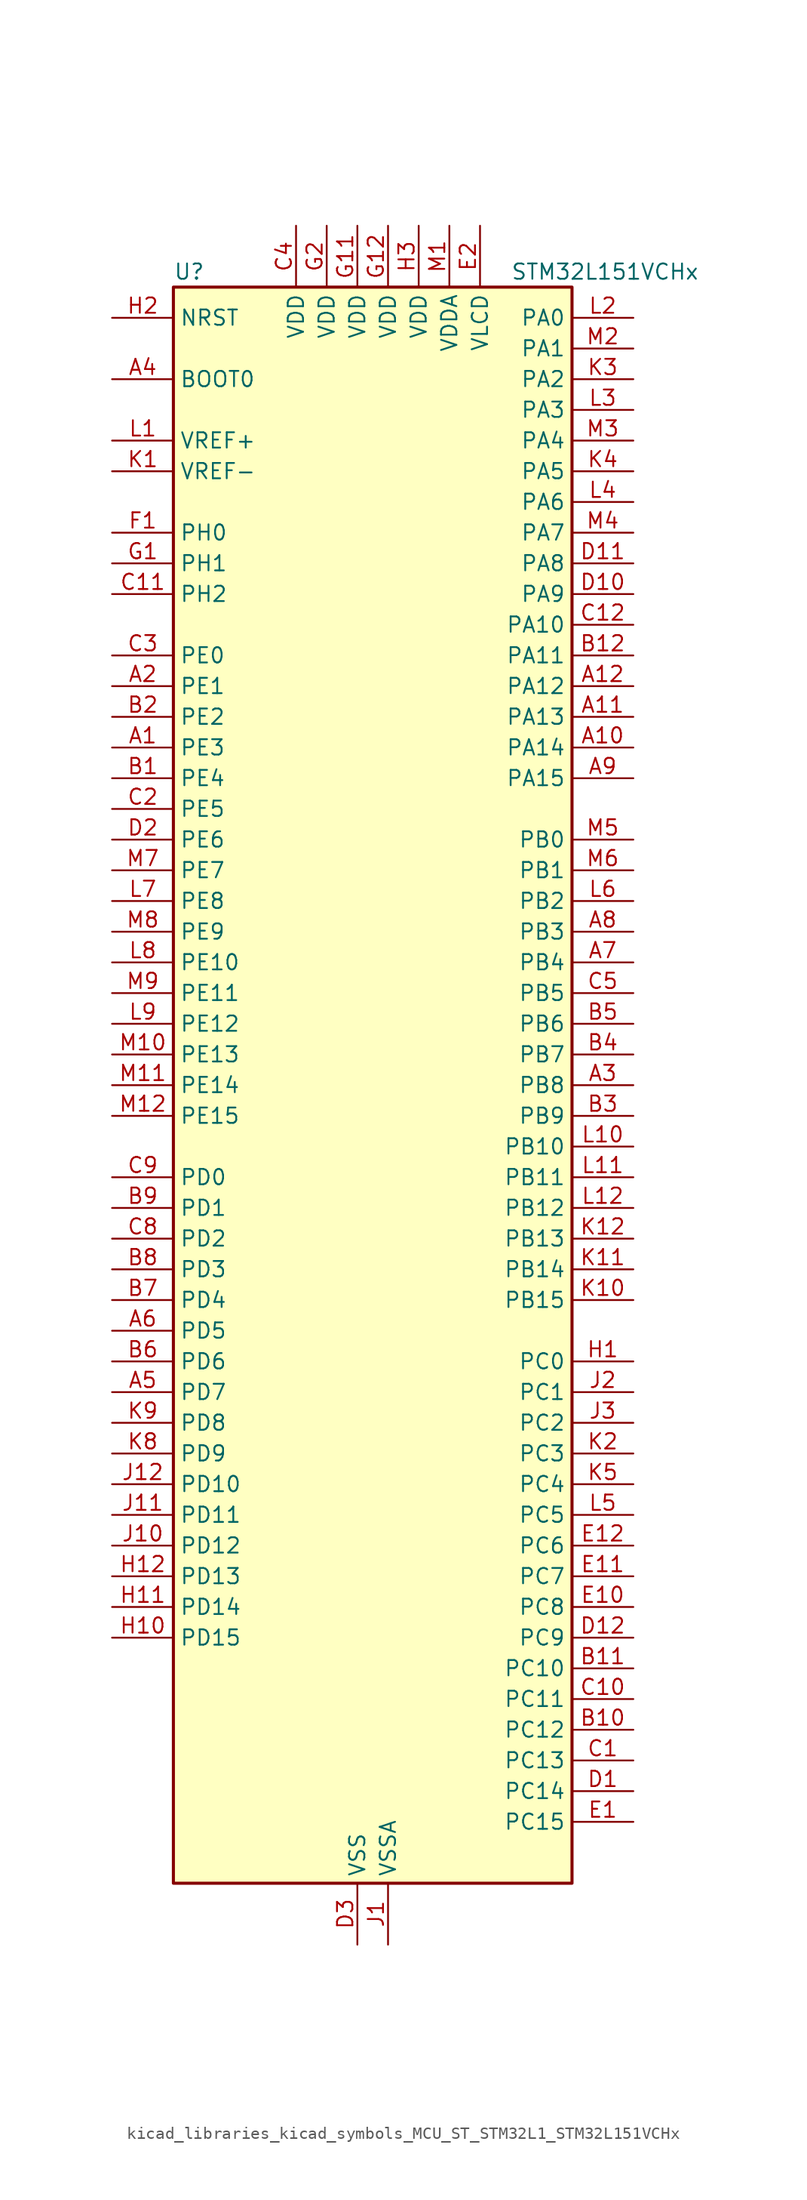
<source format=kicad_sym>
(kicad_symbol_lib
  (version 20220914)
  (generator kicad_symbol_editor)
  (symbol "kicad_libraries_kicad_symbols_MCU_ST_STM32L1_STM32L151VCHx"
    (property "Reference" "U"
      (at -15.24 67.31 0)
      (effects (font (size 1.27 1.27)) (justify left)))
    (property "Value" "STM32L151VCHx"
      (at 12.7 67.31 0)
      (effects (font (size 1.27 1.27)) (justify left)))
    (property "ki_locked" ""
      (at 0 0 0)
      (effects (font (size 1.27 1.27))))
    (symbol "kicad_libraries_kicad_symbols_MCU_ST_STM32L1_STM32L151VCHx_0_1"
      (rectangle (start -15.24 -66.04) (end 17.78 66.04) (stroke (width 0.254) (type default)) (fill (type background))))
    (symbol "kicad_libraries_kicad_symbols_MCU_ST_STM32L1_STM32L151VCHx_1_1"
      (pin bidirectional line (at -20.32 27.94 0) (length 5.08) (name "PE3" (effects (font (size 1.27 1.27)))) (number "A1" (effects (font (size 1.27 1.27)))) (alternate "SYS_TRACED0" bidirectional line) (alternate "TIM3_CH1" bidirectional line) (alternate "TIMX_IC4" bidirectional line))
      (pin bidirectional line (at 22.86 27.94 180) (length 5.08) (name "PA14" (effects (font (size 1.27 1.27)))) (number "A10" (effects (font (size 1.27 1.27)))) (alternate "SYS_JTCK-SWCLK" bidirectional line) (alternate "TIMX_IC3" bidirectional line) (alternate "TS_G5_IO2" bidirectional line))
      (pin bidirectional line (at 22.86 30.48 180) (length 5.08) (name "PA13" (effects (font (size 1.27 1.27)))) (number "A11" (effects (font (size 1.27 1.27)))) (alternate "SYS_JTMS-SWDIO" bidirectional line) (alternate "TIMX_IC2" bidirectional line) (alternate "TS_G5_IO1" bidirectional line))
      (pin bidirectional line (at 22.86 33.02 180) (length 5.08) (name "PA12" (effects (font (size 1.27 1.27)))) (number "A12" (effects (font (size 1.27 1.27)))) (alternate "SPI1_MOSI" bidirectional line) (alternate "TIMX_IC1" bidirectional line) (alternate "USART1_RTS" bidirectional line) (alternate "USB_DP" bidirectional line))
      (pin bidirectional line (at -20.32 33.02 0) (length 5.08) (name "PE1" (effects (font (size 1.27 1.27)))) (number "A2" (effects (font (size 1.27 1.27)))) (alternate "TIM11_CH1" bidirectional line) (alternate "TIMX_IC2" bidirectional line))
      (pin bidirectional line (at 22.86 0 180) (length 5.08) (name "PB8" (effects (font (size 1.27 1.27)))) (number "A3" (effects (font (size 1.27 1.27)))) (alternate "I2C1_SCL" bidirectional line) (alternate "TIM10_CH1" bidirectional line) (alternate "TIM4_CH3" bidirectional line))
      (pin input line (at -20.32 58.42 0) (length 5.08) (name "BOOT0" (effects (font (size 1.27 1.27)))) (number "A4" (effects (font (size 1.27 1.27)))))
      (pin bidirectional line (at -20.32 -25.4 0) (length 5.08) (name "PD7" (effects (font (size 1.27 1.27)))) (number "A5" (effects (font (size 1.27 1.27)))) (alternate "TIM9_CH2" bidirectional line) (alternate "TIMX_IC4" bidirectional line) (alternate "USART2_CK" bidirectional line))
      (pin bidirectional line (at -20.32 -20.32 0) (length 5.08) (name "PD5" (effects (font (size 1.27 1.27)))) (number "A6" (effects (font (size 1.27 1.27)))) (alternate "TIMX_IC2" bidirectional line) (alternate "USART2_TX" bidirectional line))
      (pin bidirectional line (at 22.86 10.16 180) (length 5.08) (name "PB4" (effects (font (size 1.27 1.27)))) (number "A7" (effects (font (size 1.27 1.27)))) (alternate "COMP2_INP" bidirectional line) (alternate "SPI1_MISO" bidirectional line) (alternate "SPI3_MISO" bidirectional line) (alternate "SYS_JTRST" bidirectional line) (alternate "TIM3_CH1" bidirectional line) (alternate "TS_G6_IO1" bidirectional line))
      (pin bidirectional line (at 22.86 12.7 180) (length 5.08) (name "PB3" (effects (font (size 1.27 1.27)))) (number "A8" (effects (font (size 1.27 1.27)))) (alternate "COMP2_INM" bidirectional line) (alternate "I2S3_CK" bidirectional line) (alternate "SPI1_SCK" bidirectional line) (alternate "SPI3_SCK" bidirectional line) (alternate "SYS_JTDO-TRACESWO" bidirectional line) (alternate "TIM2_CH2" bidirectional line))
      (pin bidirectional line (at 22.86 25.4 180) (length 5.08) (name "PA15" (effects (font (size 1.27 1.27)))) (number "A9" (effects (font (size 1.27 1.27)))) (alternate "ADC_EXTI15" bidirectional line) (alternate "I2S3_WS" bidirectional line) (alternate "SPI1_NSS" bidirectional line) (alternate "SPI3_NSS" bidirectional line) (alternate "SYS_JTDI" bidirectional line) (alternate "TIM2_CH1" bidirectional line) (alternate "TIM2_ETR" bidirectional line) (alternate "TIMX_IC4" bidirectional line) (alternate "TS_G5_IO3" bidirectional line))
      (pin bidirectional line (at -20.32 25.4 0) (length 5.08) (name "PE4" (effects (font (size 1.27 1.27)))) (number "B1" (effects (font (size 1.27 1.27)))) (alternate "SYS_TRACED1" bidirectional line) (alternate "TIM3_CH2" bidirectional line) (alternate "TIMX_IC1" bidirectional line))
      (pin bidirectional line (at 22.86 -53.34 180) (length 5.08) (name "PC12" (effects (font (size 1.27 1.27)))) (number "B10" (effects (font (size 1.27 1.27)))) (alternate "I2S3_SD" bidirectional line) (alternate "SPI3_MOSI" bidirectional line) (alternate "TIMX_IC1" bidirectional line) (alternate "USART3_CK" bidirectional line))
      (pin bidirectional line (at 22.86 -48.26 180) (length 5.08) (name "PC10" (effects (font (size 1.27 1.27)))) (number "B11" (effects (font (size 1.27 1.27)))) (alternate "I2S3_CK" bidirectional line) (alternate "SPI3_SCK" bidirectional line) (alternate "TIMX_IC3" bidirectional line) (alternate "USART3_TX" bidirectional line))
      (pin bidirectional line (at 22.86 35.56 180) (length 5.08) (name "PA11" (effects (font (size 1.27 1.27)))) (number "B12" (effects (font (size 1.27 1.27)))) (alternate "ADC_EXTI11" bidirectional line) (alternate "SPI1_MISO" bidirectional line) (alternate "TIMX_IC4" bidirectional line) (alternate "USART1_CTS" bidirectional line) (alternate "USB_DM" bidirectional line))
      (pin bidirectional line (at -20.32 30.48 0) (length 5.08) (name "PE2" (effects (font (size 1.27 1.27)))) (number "B2" (effects (font (size 1.27 1.27)))) (alternate "SYS_TRACECK" bidirectional line) (alternate "TIM3_ETR" bidirectional line) (alternate "TIMX_IC3" bidirectional line))
      (pin bidirectional line (at 22.86 -2.54 180) (length 5.08) (name "PB9" (effects (font (size 1.27 1.27)))) (number "B3" (effects (font (size 1.27 1.27)))) (alternate "DAC_EXTI9" bidirectional line) (alternate "I2C1_SDA" bidirectional line) (alternate "TIM11_CH1" bidirectional line) (alternate "TIM4_CH4" bidirectional line))
      (pin bidirectional line (at 22.86 2.54 180) (length 5.08) (name "PB7" (effects (font (size 1.27 1.27)))) (number "B4" (effects (font (size 1.27 1.27)))) (alternate "COMP2_INP" bidirectional line) (alternate "I2C1_SDA" bidirectional line) (alternate "SYS_PVD_IN" bidirectional line) (alternate "TIM4_CH2" bidirectional line) (alternate "TS_G6_IO4" bidirectional line) (alternate "USART1_RX" bidirectional line))
      (pin bidirectional line (at 22.86 5.08 180) (length 5.08) (name "PB6" (effects (font (size 1.27 1.27)))) (number "B5" (effects (font (size 1.27 1.27)))) (alternate "COMP2_INP" bidirectional line) (alternate "I2C1_SCL" bidirectional line) (alternate "TIM4_CH1" bidirectional line) (alternate "TS_G6_IO3" bidirectional line) (alternate "USART1_TX" bidirectional line))
      (pin bidirectional line (at -20.32 -22.86 0) (length 5.08) (name "PD6" (effects (font (size 1.27 1.27)))) (number "B6" (effects (font (size 1.27 1.27)))) (alternate "TIMX_IC3" bidirectional line) (alternate "USART2_RX" bidirectional line))
      (pin bidirectional line (at -20.32 -17.78 0) (length 5.08) (name "PD4" (effects (font (size 1.27 1.27)))) (number "B7" (effects (font (size 1.27 1.27)))) (alternate "I2S2_SD" bidirectional line) (alternate "SPI2_MOSI" bidirectional line) (alternate "TIMX_IC1" bidirectional line) (alternate "USART2_RTS" bidirectional line))
      (pin bidirectional line (at -20.32 -15.24 0) (length 5.08) (name "PD3" (effects (font (size 1.27 1.27)))) (number "B8" (effects (font (size 1.27 1.27)))) (alternate "SPI2_MISO" bidirectional line) (alternate "TIMX_IC4" bidirectional line) (alternate "USART2_CTS" bidirectional line))
      (pin bidirectional line (at -20.32 -10.16 0) (length 5.08) (name "PD1" (effects (font (size 1.27 1.27)))) (number "B9" (effects (font (size 1.27 1.27)))) (alternate "I2S2_CK" bidirectional line) (alternate "SPI2_SCK" bidirectional line) (alternate "TIMX_IC2" bidirectional line))
      (pin bidirectional line (at 22.86 -55.88 180) (length 5.08) (name "PC13" (effects (font (size 1.27 1.27)))) (number "C1" (effects (font (size 1.27 1.27)))) (alternate "RTC_OUT_ALARM" bidirectional line) (alternate "RTC_OUT_CALIB" bidirectional line) (alternate "RTC_TAMP1" bidirectional line) (alternate "RTC_TS" bidirectional line) (alternate "SYS_WKUP2" bidirectional line) (alternate "TIMX_IC2" bidirectional line))
      (pin bidirectional line (at 22.86 -50.8 180) (length 5.08) (name "PC11" (effects (font (size 1.27 1.27)))) (number "C10" (effects (font (size 1.27 1.27)))) (alternate "ADC_EXTI11" bidirectional line) (alternate "SPI3_MISO" bidirectional line) (alternate "TIMX_IC4" bidirectional line) (alternate "USART3_RX" bidirectional line))
      (pin bidirectional line (at -20.32 40.64 0) (length 5.08) (name "PH2" (effects (font (size 1.27 1.27)))) (number "C11" (effects (font (size 1.27 1.27)))))
      (pin bidirectional line (at 22.86 38.1 180) (length 5.08) (name "PA10" (effects (font (size 1.27 1.27)))) (number "C12" (effects (font (size 1.27 1.27)))) (alternate "TIMX_IC3" bidirectional line) (alternate "TS_G4_IO3" bidirectional line) (alternate "USART1_RX" bidirectional line))
      (pin bidirectional line (at -20.32 22.86 0) (length 5.08) (name "PE5" (effects (font (size 1.27 1.27)))) (number "C2" (effects (font (size 1.27 1.27)))) (alternate "SYS_TRACED2" bidirectional line) (alternate "TIM9_CH1" bidirectional line) (alternate "TIMX_IC2" bidirectional line))
      (pin bidirectional line (at -20.32 35.56 0) (length 5.08) (name "PE0" (effects (font (size 1.27 1.27)))) (number "C3" (effects (font (size 1.27 1.27)))) (alternate "TIM10_CH1" bidirectional line) (alternate "TIM4_ETR" bidirectional line) (alternate "TIMX_IC1" bidirectional line))
      (pin power_in line (at -5.08 71.12 270) (length 5.08) (name "VDD" (effects (font (size 1.27 1.27)))) (number "C4" (effects (font (size 1.27 1.27)))))
      (pin bidirectional line (at 22.86 7.62 180) (length 5.08) (name "PB5" (effects (font (size 1.27 1.27)))) (number "C5" (effects (font (size 1.27 1.27)))) (alternate "COMP2_INP" bidirectional line) (alternate "I2C1_SMBA" bidirectional line) (alternate "I2S3_SD" bidirectional line) (alternate "SPI1_MOSI" bidirectional line) (alternate "SPI3_MOSI" bidirectional line) (alternate "TIM3_CH2" bidirectional line) (alternate "TS_G6_IO2" bidirectional line))
      (pin bidirectional line (at -20.32 -12.7 0) (length 5.08) (name "PD2" (effects (font (size 1.27 1.27)))) (number "C8" (effects (font (size 1.27 1.27)))) (alternate "TIM3_ETR" bidirectional line) (alternate "TIMX_IC3" bidirectional line))
      (pin bidirectional line (at -20.32 -7.62 0) (length 5.08) (name "PD0" (effects (font (size 1.27 1.27)))) (number "C9" (effects (font (size 1.27 1.27)))) (alternate "I2S2_WS" bidirectional line) (alternate "SPI2_NSS" bidirectional line) (alternate "TIM9_CH1" bidirectional line) (alternate "TIMX_IC1" bidirectional line))
      (pin bidirectional line (at 22.86 -58.42 180) (length 5.08) (name "PC14" (effects (font (size 1.27 1.27)))) (number "D1" (effects (font (size 1.27 1.27)))) (alternate "RCC_OSC32_IN" bidirectional line) (alternate "TIMX_IC3" bidirectional line))
      (pin bidirectional line (at 22.86 40.64 180) (length 5.08) (name "PA9" (effects (font (size 1.27 1.27)))) (number "D10" (effects (font (size 1.27 1.27)))) (alternate "DAC_EXTI9" bidirectional line) (alternate "TIMX_IC2" bidirectional line) (alternate "TS_G4_IO2" bidirectional line) (alternate "USART1_TX" bidirectional line))
      (pin bidirectional line (at 22.86 43.18 180) (length 5.08) (name "PA8" (effects (font (size 1.27 1.27)))) (number "D11" (effects (font (size 1.27 1.27)))) (alternate "RCC_MCO" bidirectional line) (alternate "TIMX_IC1" bidirectional line) (alternate "TS_G4_IO1" bidirectional line) (alternate "USART1_CK" bidirectional line))
      (pin bidirectional line (at 22.86 -45.72 180) (length 5.08) (name "PC9" (effects (font (size 1.27 1.27)))) (number "D12" (effects (font (size 1.27 1.27)))) (alternate "DAC_EXTI9" bidirectional line) (alternate "TIM3_CH4" bidirectional line) (alternate "TIMX_IC2" bidirectional line) (alternate "TS_G10_IO4" bidirectional line))
      (pin bidirectional line (at -20.32 20.32 0) (length 5.08) (name "PE6" (effects (font (size 1.27 1.27)))) (number "D2" (effects (font (size 1.27 1.27)))) (alternate "RTC_TAMP3" bidirectional line) (alternate "SYS_TRACED3" bidirectional line) (alternate "SYS_WKUP3" bidirectional line) (alternate "TIM9_CH2" bidirectional line) (alternate "TIMX_IC3" bidirectional line))
      (pin power_in line (at 0 -71.12 90) (length 5.08) (name "VSS" (effects (font (size 1.27 1.27)))) (number "D3" (effects (font (size 1.27 1.27)))))
      (pin bidirectional line (at 22.86 -60.96 180) (length 5.08) (name "PC15" (effects (font (size 1.27 1.27)))) (number "E1" (effects (font (size 1.27 1.27)))) (alternate "ADC_EXTI15" bidirectional line) (alternate "RCC_OSC32_OUT" bidirectional line) (alternate "TIMX_IC4" bidirectional line))
      (pin bidirectional line (at 22.86 -43.18 180) (length 5.08) (name "PC8" (effects (font (size 1.27 1.27)))) (number "E10" (effects (font (size 1.27 1.27)))) (alternate "TIM3_CH3" bidirectional line) (alternate "TIMX_IC1" bidirectional line) (alternate "TS_G10_IO3" bidirectional line))
      (pin bidirectional line (at 22.86 -40.64 180) (length 5.08) (name "PC7" (effects (font (size 1.27 1.27)))) (number "E11" (effects (font (size 1.27 1.27)))) (alternate "I2S3_MCK" bidirectional line) (alternate "TIM3_CH2" bidirectional line) (alternate "TIMX_IC4" bidirectional line) (alternate "TS_G10_IO2" bidirectional line))
      (pin bidirectional line (at 22.86 -38.1 180) (length 5.08) (name "PC6" (effects (font (size 1.27 1.27)))) (number "E12" (effects (font (size 1.27 1.27)))) (alternate "I2S2_MCK" bidirectional line) (alternate "TIM3_CH1" bidirectional line) (alternate "TIMX_IC3" bidirectional line) (alternate "TS_G10_IO1" bidirectional line))
      (pin power_in line (at 10.16 71.12 270) (length 5.08) (name "VLCD" (effects (font (size 1.27 1.27)))) (number "E2" (effects (font (size 1.27 1.27)))))
      (pin passive line (at 0 -71.12 90) (length 5.08) hide (name "VSS" (effects (font (size 1.27 1.27)))) (number "E3" (effects (font (size 1.27 1.27)))))
      (pin bidirectional line (at -20.32 45.72 0) (length 5.08) (name "PH0" (effects (font (size 1.27 1.27)))) (number "F1" (effects (font (size 1.27 1.27)))) (alternate "RCC_OSC_IN" bidirectional line))
      (pin passive line (at 0 -71.12 90) (length 5.08) hide (name "VSS" (effects (font (size 1.27 1.27)))) (number "F11" (effects (font (size 1.27 1.27)))))
      (pin passive line (at 0 -71.12 90) (length 5.08) hide (name "VSS" (effects (font (size 1.27 1.27)))) (number "F12" (effects (font (size 1.27 1.27)))))
      (pin passive line (at 0 -71.12 90) (length 5.08) hide (name "VSS" (effects (font (size 1.27 1.27)))) (number "F2" (effects (font (size 1.27 1.27)))))
      (pin bidirectional line (at -20.32 43.18 0) (length 5.08) (name "PH1" (effects (font (size 1.27 1.27)))) (number "G1" (effects (font (size 1.27 1.27)))) (alternate "RCC_OSC_OUT" bidirectional line))
      (pin power_in line (at 0 71.12 270) (length 5.08) (name "VDD" (effects (font (size 1.27 1.27)))) (number "G11" (effects (font (size 1.27 1.27)))))
      (pin power_in line (at 2.54 71.12 270) (length 5.08) (name "VDD" (effects (font (size 1.27 1.27)))) (number "G12" (effects (font (size 1.27 1.27)))))
      (pin power_in line (at -2.54 71.12 270) (length 5.08) (name "VDD" (effects (font (size 1.27 1.27)))) (number "G2" (effects (font (size 1.27 1.27)))))
      (pin bidirectional line (at 22.86 -22.86 180) (length 5.08) (name "PC0" (effects (font (size 1.27 1.27)))) (number "H1" (effects (font (size 1.27 1.27)))) (alternate "ADC_IN10" bidirectional line) (alternate "COMP1_INP" bidirectional line) (alternate "TIMX_IC1" bidirectional line) (alternate "TS_G8_IO1" bidirectional line))
      (pin bidirectional line (at -20.32 -45.72 0) (length 5.08) (name "PD15" (effects (font (size 1.27 1.27)))) (number "H10" (effects (font (size 1.27 1.27)))) (alternate "ADC_EXTI15" bidirectional line) (alternate "TIM4_CH4" bidirectional line) (alternate "TIMX_IC4" bidirectional line))
      (pin bidirectional line (at -20.32 -43.18 0) (length 5.08) (name "PD14" (effects (font (size 1.27 1.27)))) (number "H11" (effects (font (size 1.27 1.27)))) (alternate "TIM4_CH3" bidirectional line) (alternate "TIMX_IC3" bidirectional line))
      (pin bidirectional line (at -20.32 -40.64 0) (length 5.08) (name "PD13" (effects (font (size 1.27 1.27)))) (number "H12" (effects (font (size 1.27 1.27)))) (alternate "TIM4_CH2" bidirectional line) (alternate "TIMX_IC2" bidirectional line))
      (pin input line (at -20.32 63.5 0) (length 5.08) (name "NRST" (effects (font (size 1.27 1.27)))) (number "H2" (effects (font (size 1.27 1.27)))))
      (pin power_in line (at 5.08 71.12 270) (length 5.08) (name "VDD" (effects (font (size 1.27 1.27)))) (number "H3" (effects (font (size 1.27 1.27)))))
      (pin power_in line (at 2.54 -71.12 90) (length 5.08) (name "VSSA" (effects (font (size 1.27 1.27)))) (number "J1" (effects (font (size 1.27 1.27)))))
      (pin bidirectional line (at -20.32 -38.1 0) (length 5.08) (name "PD12" (effects (font (size 1.27 1.27)))) (number "J10" (effects (font (size 1.27 1.27)))) (alternate "TIM4_CH1" bidirectional line) (alternate "TIMX_IC1" bidirectional line) (alternate "USART3_RTS" bidirectional line))
      (pin bidirectional line (at -20.32 -35.56 0) (length 5.08) (name "PD11" (effects (font (size 1.27 1.27)))) (number "J11" (effects (font (size 1.27 1.27)))) (alternate "ADC_EXTI11" bidirectional line) (alternate "TIMX_IC4" bidirectional line) (alternate "USART3_CTS" bidirectional line))
      (pin bidirectional line (at -20.32 -33.02 0) (length 5.08) (name "PD10" (effects (font (size 1.27 1.27)))) (number "J12" (effects (font (size 1.27 1.27)))) (alternate "TIMX_IC3" bidirectional line) (alternate "USART3_CK" bidirectional line))
      (pin bidirectional line (at 22.86 -25.4 180) (length 5.08) (name "PC1" (effects (font (size 1.27 1.27)))) (number "J2" (effects (font (size 1.27 1.27)))) (alternate "ADC_IN11" bidirectional line) (alternate "COMP1_INP" bidirectional line) (alternate "TIMX_IC2" bidirectional line) (alternate "TS_G8_IO2" bidirectional line))
      (pin bidirectional line (at 22.86 -27.94 180) (length 5.08) (name "PC2" (effects (font (size 1.27 1.27)))) (number "J3" (effects (font (size 1.27 1.27)))) (alternate "ADC_IN12" bidirectional line) (alternate "COMP1_INP" bidirectional line) (alternate "TIMX_IC3" bidirectional line) (alternate "TS_G8_IO3" bidirectional line))
      (pin input line (at -20.32 50.8 0) (length 5.08) (name "VREF-" (effects (font (size 1.27 1.27)))) (number "K1" (effects (font (size 1.27 1.27)))))
      (pin bidirectional line (at 22.86 -17.78 180) (length 5.08) (name "PB15" (effects (font (size 1.27 1.27)))) (number "K10" (effects (font (size 1.27 1.27)))) (alternate "ADC_EXTI15" bidirectional line) (alternate "ADC_IN21" bidirectional line) (alternate "COMP1_INP" bidirectional line) (alternate "I2S2_SD" bidirectional line) (alternate "RTC_REFIN" bidirectional line) (alternate "SPI2_MOSI" bidirectional line) (alternate "TIM11_CH1" bidirectional line) (alternate "TS_G7_IO4" bidirectional line))
      (pin bidirectional line (at 22.86 -15.24 180) (length 5.08) (name "PB14" (effects (font (size 1.27 1.27)))) (number "K11" (effects (font (size 1.27 1.27)))) (alternate "ADC_IN20" bidirectional line) (alternate "COMP1_INP" bidirectional line) (alternate "SPI2_MISO" bidirectional line) (alternate "TIM9_CH2" bidirectional line) (alternate "TS_G7_IO3" bidirectional line) (alternate "USART3_RTS" bidirectional line))
      (pin bidirectional line (at 22.86 -12.7 180) (length 5.08) (name "PB13" (effects (font (size 1.27 1.27)))) (number "K12" (effects (font (size 1.27 1.27)))) (alternate "ADC_IN19" bidirectional line) (alternate "COMP1_INP" bidirectional line) (alternate "I2S2_CK" bidirectional line) (alternate "SPI2_SCK" bidirectional line) (alternate "TIM9_CH1" bidirectional line) (alternate "TS_G7_IO2" bidirectional line) (alternate "USART3_CTS" bidirectional line))
      (pin bidirectional line (at 22.86 -30.48 180) (length 5.08) (name "PC3" (effects (font (size 1.27 1.27)))) (number "K2" (effects (font (size 1.27 1.27)))) (alternate "ADC_IN13" bidirectional line) (alternate "COMP1_INP" bidirectional line) (alternate "TIMX_IC4" bidirectional line) (alternate "TS_G8_IO4" bidirectional line))
      (pin bidirectional line (at 22.86 58.42 180) (length 5.08) (name "PA2" (effects (font (size 1.27 1.27)))) (number "K3" (effects (font (size 1.27 1.27)))) (alternate "ADC_IN2" bidirectional line) (alternate "COMP1_INP" bidirectional line) (alternate "OPAMP1_VINM" bidirectional line) (alternate "TIM2_CH3" bidirectional line) (alternate "TIM5_CH3" bidirectional line) (alternate "TIM9_CH1" bidirectional line) (alternate "TIMX_IC3" bidirectional line) (alternate "TS_G1_IO3" bidirectional line) (alternate "USART2_TX" bidirectional line))
      (pin bidirectional line (at 22.86 50.8 180) (length 5.08) (name "PA5" (effects (font (size 1.27 1.27)))) (number "K4" (effects (font (size 1.27 1.27)))) (alternate "ADC_IN5" bidirectional line) (alternate "COMP1_INP" bidirectional line) (alternate "DAC_OUT2" bidirectional line) (alternate "SPI1_SCK" bidirectional line) (alternate "TIM2_CH1" bidirectional line) (alternate "TIM2_ETR" bidirectional line) (alternate "TIMX_IC2" bidirectional line))
      (pin bidirectional line (at 22.86 -33.02 180) (length 5.08) (name "PC4" (effects (font (size 1.27 1.27)))) (number "K5" (effects (font (size 1.27 1.27)))) (alternate "ADC_IN14" bidirectional line) (alternate "COMP1_INP" bidirectional line) (alternate "TIMX_IC1" bidirectional line) (alternate "TS_G9_IO1" bidirectional line))
      (pin bidirectional line (at -20.32 -30.48 0) (length 5.08) (name "PD9" (effects (font (size 1.27 1.27)))) (number "K8" (effects (font (size 1.27 1.27)))) (alternate "DAC_EXTI9" bidirectional line) (alternate "TIMX_IC2" bidirectional line) (alternate "USART3_RX" bidirectional line))
      (pin bidirectional line (at -20.32 -27.94 0) (length 5.08) (name "PD8" (effects (font (size 1.27 1.27)))) (number "K9" (effects (font (size 1.27 1.27)))) (alternate "TIMX_IC1" bidirectional line) (alternate "USART3_TX" bidirectional line))
      (pin input line (at -20.32 53.34 0) (length 5.08) (name "VREF+" (effects (font (size 1.27 1.27)))) (number "L1" (effects (font (size 1.27 1.27)))))
      (pin bidirectional line (at 22.86 -5.08 180) (length 5.08) (name "PB10" (effects (font (size 1.27 1.27)))) (number "L10" (effects (font (size 1.27 1.27)))) (alternate "I2C2_SCL" bidirectional line) (alternate "TIM2_CH3" bidirectional line) (alternate "USART3_TX" bidirectional line))
      (pin bidirectional line (at 22.86 -7.62 180) (length 5.08) (name "PB11" (effects (font (size 1.27 1.27)))) (number "L11" (effects (font (size 1.27 1.27)))) (alternate "ADC_EXTI11" bidirectional line) (alternate "I2C2_SDA" bidirectional line) (alternate "TIM2_CH4" bidirectional line) (alternate "USART3_RX" bidirectional line))
      (pin bidirectional line (at 22.86 -10.16 180) (length 5.08) (name "PB12" (effects (font (size 1.27 1.27)))) (number "L12" (effects (font (size 1.27 1.27)))) (alternate "ADC_IN18" bidirectional line) (alternate "COMP1_INP" bidirectional line) (alternate "I2C2_SMBA" bidirectional line) (alternate "I2S2_WS" bidirectional line) (alternate "SPI2_NSS" bidirectional line) (alternate "TIM10_CH1" bidirectional line) (alternate "TS_G7_IO1" bidirectional line) (alternate "USART3_CK" bidirectional line))
      (pin bidirectional line (at 22.86 63.5 180) (length 5.08) (name "PA0" (effects (font (size 1.27 1.27)))) (number "L2" (effects (font (size 1.27 1.27)))) (alternate "ADC_IN0" bidirectional line) (alternate "COMP1_INP" bidirectional line) (alternate "RTC_TAMP2" bidirectional line) (alternate "SYS_WKUP1" bidirectional line) (alternate "TIM2_CH1" bidirectional line) (alternate "TIM2_ETR" bidirectional line) (alternate "TIM5_CH1" bidirectional line) (alternate "TIMX_IC1" bidirectional line) (alternate "TS_G1_IO1" bidirectional line) (alternate "USART2_CTS" bidirectional line))
      (pin bidirectional line (at 22.86 55.88 180) (length 5.08) (name "PA3" (effects (font (size 1.27 1.27)))) (number "L3" (effects (font (size 1.27 1.27)))) (alternate "ADC_IN3" bidirectional line) (alternate "COMP1_INP" bidirectional line) (alternate "OPAMP1_VOUT" bidirectional line) (alternate "TIM2_CH4" bidirectional line) (alternate "TIM5_CH4" bidirectional line) (alternate "TIM9_CH2" bidirectional line) (alternate "TIMX_IC4" bidirectional line) (alternate "TS_G1_IO4" bidirectional line) (alternate "USART2_RX" bidirectional line))
      (pin bidirectional line (at 22.86 48.26 180) (length 5.08) (name "PA6" (effects (font (size 1.27 1.27)))) (number "L4" (effects (font (size 1.27 1.27)))) (alternate "ADC_IN6" bidirectional line) (alternate "COMP1_INP" bidirectional line) (alternate "OPAMP2_VINP" bidirectional line) (alternate "SPI1_MISO" bidirectional line) (alternate "TIM10_CH1" bidirectional line) (alternate "TIM3_CH1" bidirectional line) (alternate "TIMX_IC3" bidirectional line) (alternate "TS_G2_IO1" bidirectional line))
      (pin bidirectional line (at 22.86 -35.56 180) (length 5.08) (name "PC5" (effects (font (size 1.27 1.27)))) (number "L5" (effects (font (size 1.27 1.27)))) (alternate "ADC_IN15" bidirectional line) (alternate "COMP1_INP" bidirectional line) (alternate "TIMX_IC2" bidirectional line) (alternate "TS_G9_IO2" bidirectional line))
      (pin bidirectional line (at 22.86 15.24 180) (length 5.08) (name "PB2" (effects (font (size 1.27 1.27)))) (number "L6" (effects (font (size 1.27 1.27)))) (alternate "TS_G3_IO3" bidirectional line))
      (pin bidirectional line (at -20.32 15.24 0) (length 5.08) (name "PE8" (effects (font (size 1.27 1.27)))) (number "L7" (effects (font (size 1.27 1.27)))) (alternate "ADC_IN23" bidirectional line) (alternate "COMP1_INP" bidirectional line) (alternate "TIMX_IC1" bidirectional line))
      (pin bidirectional line (at -20.32 10.16 0) (length 5.08) (name "PE10" (effects (font (size 1.27 1.27)))) (number "L8" (effects (font (size 1.27 1.27)))) (alternate "ADC_IN25" bidirectional line) (alternate "COMP1_INP" bidirectional line) (alternate "TIM2_CH2" bidirectional line) (alternate "TIMX_IC3" bidirectional line))
      (pin bidirectional line (at -20.32 5.08 0) (length 5.08) (name "PE12" (effects (font (size 1.27 1.27)))) (number "L9" (effects (font (size 1.27 1.27)))) (alternate "SPI1_NSS" bidirectional line) (alternate "TIM2_CH4" bidirectional line) (alternate "TIMX_IC1" bidirectional line))
      (pin power_in line (at 7.62 71.12 270) (length 5.08) (name "VDDA" (effects (font (size 1.27 1.27)))) (number "M1" (effects (font (size 1.27 1.27)))))
      (pin bidirectional line (at -20.32 2.54 0) (length 5.08) (name "PE13" (effects (font (size 1.27 1.27)))) (number "M10" (effects (font (size 1.27 1.27)))) (alternate "SPI1_SCK" bidirectional line) (alternate "TIMX_IC2" bidirectional line))
      (pin bidirectional line (at -20.32 0 0) (length 5.08) (name "PE14" (effects (font (size 1.27 1.27)))) (number "M11" (effects (font (size 1.27 1.27)))) (alternate "SPI1_MISO" bidirectional line) (alternate "TIMX_IC3" bidirectional line))
      (pin bidirectional line (at -20.32 -2.54 0) (length 5.08) (name "PE15" (effects (font (size 1.27 1.27)))) (number "M12" (effects (font (size 1.27 1.27)))) (alternate "ADC_EXTI15" bidirectional line) (alternate "SPI1_MOSI" bidirectional line) (alternate "TIMX_IC4" bidirectional line))
      (pin bidirectional line (at 22.86 60.96 180) (length 5.08) (name "PA1" (effects (font (size 1.27 1.27)))) (number "M2" (effects (font (size 1.27 1.27)))) (alternate "ADC_IN1" bidirectional line) (alternate "COMP1_INP" bidirectional line) (alternate "OPAMP1_VINP" bidirectional line) (alternate "TIM2_CH2" bidirectional line) (alternate "TIM5_CH2" bidirectional line) (alternate "TIMX_IC2" bidirectional line) (alternate "TS_G1_IO2" bidirectional line) (alternate "USART2_RTS" bidirectional line))
      (pin bidirectional line (at 22.86 53.34 180) (length 5.08) (name "PA4" (effects (font (size 1.27 1.27)))) (number "M3" (effects (font (size 1.27 1.27)))) (alternate "ADC_IN4" bidirectional line) (alternate "COMP1_INP" bidirectional line) (alternate "DAC_OUT1" bidirectional line) (alternate "I2S3_WS" bidirectional line) (alternate "SPI1_NSS" bidirectional line) (alternate "SPI3_NSS" bidirectional line) (alternate "TIMX_IC1" bidirectional line) (alternate "USART2_CK" bidirectional line))
      (pin bidirectional line (at 22.86 45.72 180) (length 5.08) (name "PA7" (effects (font (size 1.27 1.27)))) (number "M4" (effects (font (size 1.27 1.27)))) (alternate "ADC_IN7" bidirectional line) (alternate "COMP1_INP" bidirectional line) (alternate "OPAMP2_VINM" bidirectional line) (alternate "SPI1_MOSI" bidirectional line) (alternate "TIM11_CH1" bidirectional line) (alternate "TIM3_CH2" bidirectional line) (alternate "TIMX_IC4" bidirectional line) (alternate "TS_G2_IO2" bidirectional line))
      (pin bidirectional line (at 22.86 20.32 180) (length 5.08) (name "PB0" (effects (font (size 1.27 1.27)))) (number "M5" (effects (font (size 1.27 1.27)))) (alternate "ADC_IN8" bidirectional line) (alternate "COMP1_INP" bidirectional line) (alternate "OPAMP2_VOUT" bidirectional line) (alternate "SYS_V_REF_OUT" bidirectional line) (alternate "TIM3_CH3" bidirectional line) (alternate "TS_G3_IO1" bidirectional line))
      (pin bidirectional line (at 22.86 17.78 180) (length 5.08) (name "PB1" (effects (font (size 1.27 1.27)))) (number "M6" (effects (font (size 1.27 1.27)))) (alternate "ADC_IN9" bidirectional line) (alternate "COMP1_INP" bidirectional line) (alternate "SYS_V_REF_OUT" bidirectional line) (alternate "TIM3_CH4" bidirectional line) (alternate "TS_G3_IO2" bidirectional line))
      (pin bidirectional line (at -20.32 17.78 0) (length 5.08) (name "PE7" (effects (font (size 1.27 1.27)))) (number "M7" (effects (font (size 1.27 1.27)))) (alternate "ADC_IN22" bidirectional line) (alternate "COMP1_INP" bidirectional line) (alternate "TIMX_IC4" bidirectional line))
      (pin bidirectional line (at -20.32 12.7 0) (length 5.08) (name "PE9" (effects (font (size 1.27 1.27)))) (number "M8" (effects (font (size 1.27 1.27)))) (alternate "ADC_IN24" bidirectional line) (alternate "COMP1_INP" bidirectional line) (alternate "DAC_EXTI9" bidirectional line) (alternate "TIM2_CH1" bidirectional line) (alternate "TIM2_ETR" bidirectional line) (alternate "TIM5_ETR" bidirectional line) (alternate "TIMX_IC2" bidirectional line))
      (pin bidirectional line (at -20.32 7.62 0) (length 5.08) (name "PE11" (effects (font (size 1.27 1.27)))) (number "M9" (effects (font (size 1.27 1.27)))) (alternate "ADC_EXTI11" bidirectional line) (alternate "TIM2_CH3" bidirectional line) (alternate "TIMX_IC4" bidirectional line)))))
</source>
